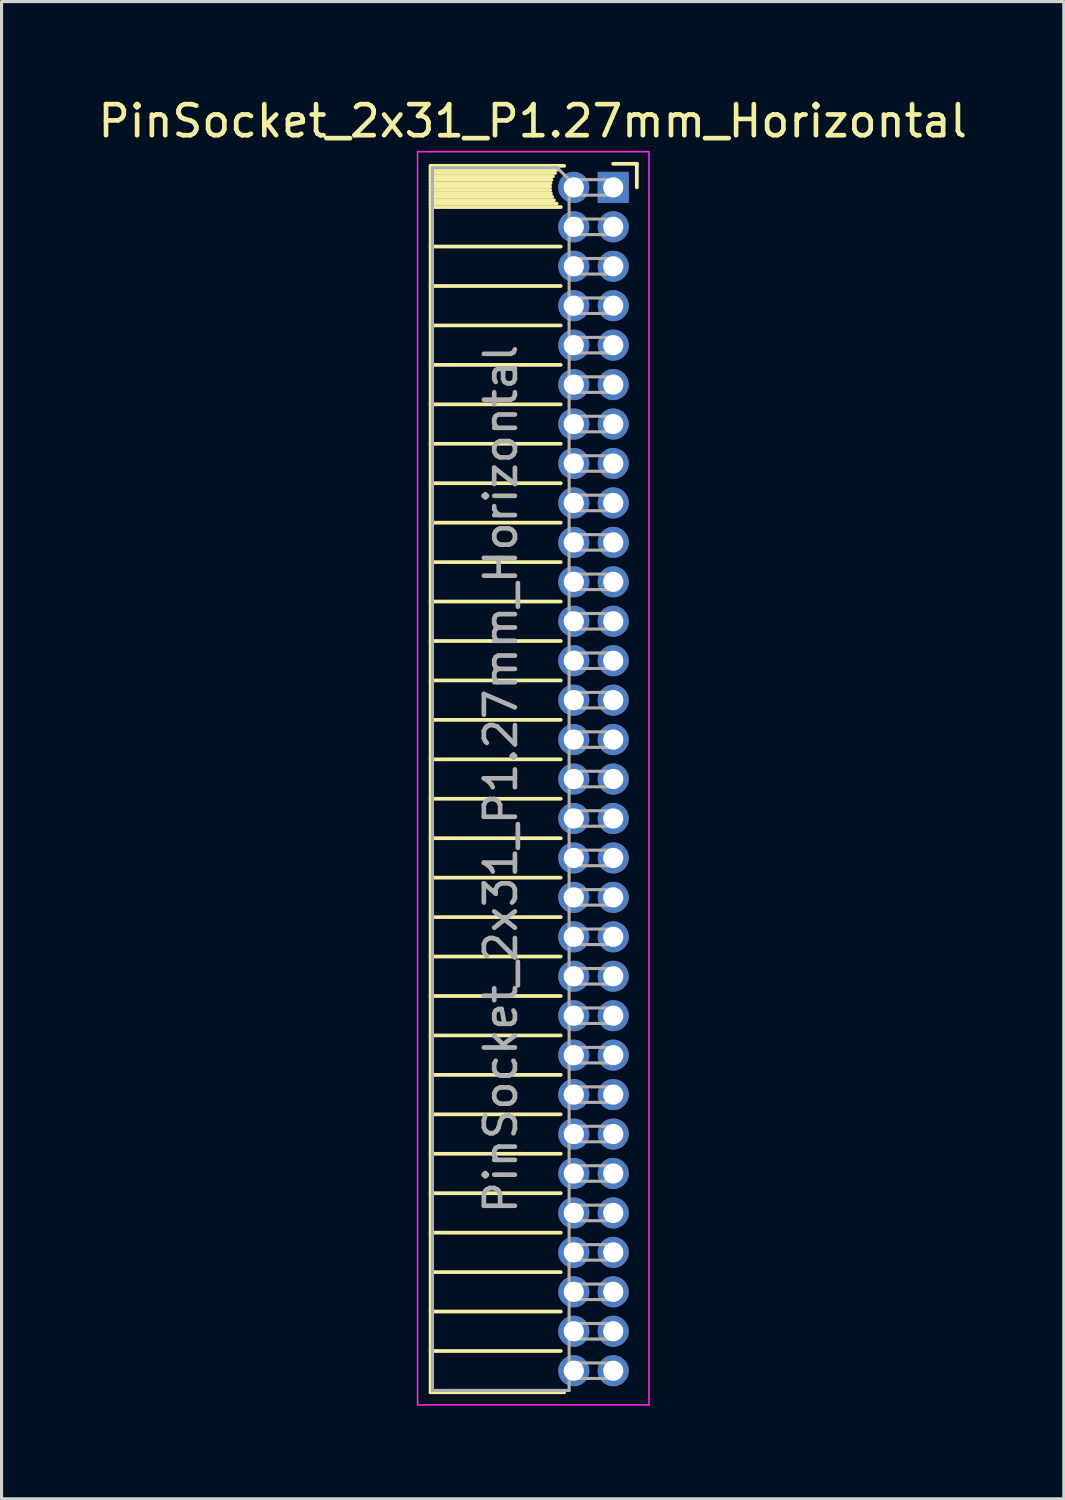
<source format=kicad_pcb>
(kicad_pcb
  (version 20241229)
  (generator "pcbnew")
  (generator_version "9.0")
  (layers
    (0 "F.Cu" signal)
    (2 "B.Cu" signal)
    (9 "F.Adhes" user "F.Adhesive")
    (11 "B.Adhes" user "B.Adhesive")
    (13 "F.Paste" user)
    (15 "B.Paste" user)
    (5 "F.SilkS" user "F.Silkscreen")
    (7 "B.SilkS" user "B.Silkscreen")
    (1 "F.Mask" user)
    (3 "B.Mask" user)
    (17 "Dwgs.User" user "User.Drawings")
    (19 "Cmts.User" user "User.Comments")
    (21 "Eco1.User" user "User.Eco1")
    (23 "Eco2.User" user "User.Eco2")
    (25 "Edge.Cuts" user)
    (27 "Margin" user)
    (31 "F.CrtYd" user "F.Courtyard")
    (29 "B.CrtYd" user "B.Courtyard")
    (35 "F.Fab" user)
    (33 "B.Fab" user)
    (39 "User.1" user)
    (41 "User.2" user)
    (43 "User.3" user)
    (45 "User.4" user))
  (footprint "PinSocket_2x31_P1.27mm_Horizontal"
    (layer "F.Cu")
    (at 16.694 2.983)
    (property "Reference" "PinSocket_2x31_P1.27mm_Horizontal" (at -2.592 -2.135 0) (layer "F.SilkS") (effects (font (size 1 1) (thickness 0.15))))
    (attr through_hole)
    (fp_line (start -5.88 -0.695) (end -5.88 38.795) (stroke (width 0.12) (type solid)) (layer "F.SilkS"))
    (fp_line (start -5.88 -0.695) (end -1.578 -0.695) (stroke (width 0.12) (type solid)) (layer "F.SilkS"))
    (fp_line (start -5.88 -0.575) (end -1.767 -0.575) (stroke (width 0.12) (type solid)) (layer "F.SilkS"))
    (fp_line (start -5.88 -0.465) (end -1.871 -0.465) (stroke (width 0.12) (type solid)) (layer "F.SilkS"))
    (fp_line (start -5.88 -0.355) (end -1.942 -0.355) (stroke (width 0.12) (type solid)) (layer "F.SilkS"))
    (fp_line (start -5.88 -0.245) (end -1.989 -0.245) (stroke (width 0.12) (type solid)) (layer "F.SilkS"))
    (fp_line (start -5.88 -0.135) (end -2.018 -0.135) (stroke (width 0.12) (type solid)) (layer "F.SilkS"))
    (fp_line (start -5.88 -0.025) (end -2.03 -0.025) (stroke (width 0.12) (type solid)) (layer "F.SilkS"))
    (fp_line (start -5.88 0.085) (end -2.025 0.085) (stroke (width 0.12) (type solid)) (layer "F.SilkS"))
    (fp_line (start -5.88 0.195) (end -2.005 0.195) (stroke (width 0.12) (type solid)) (layer "F.SilkS"))
    (fp_line (start -5.88 0.305) (end -1.966 0.305) (stroke (width 0.12) (type solid)) (layer "F.SilkS"))
    (fp_line (start -5.88 0.415) (end -1.907 0.415) (stroke (width 0.12) (type solid)) (layer "F.SilkS"))
    (fp_line (start -5.88 0.525) (end -1.82 0.525) (stroke (width 0.12) (type solid)) (layer "F.SilkS"))
    (fp_line (start -5.88 0.635) (end -1.688 0.635) (stroke (width 0.12) (type solid)) (layer "F.SilkS"))
    (fp_line (start -5.88 1.905) (end -1.688 1.905) (stroke (width 0.12) (type solid)) (layer "F.SilkS"))
    (fp_line (start -5.88 3.175) (end -1.688 3.175) (stroke (width 0.12) (type solid)) (layer "F.SilkS"))
    (fp_line (start -5.88 4.445) (end -1.688 4.445) (stroke (width 0.12) (type solid)) (layer "F.SilkS"))
    (fp_line (start -5.88 5.715) (end -1.688 5.715) (stroke (width 0.12) (type solid)) (layer "F.SilkS"))
    (fp_line (start -5.88 6.985) (end -1.688 6.985) (stroke (width 0.12) (type solid)) (layer "F.SilkS"))
    (fp_line (start -5.88 8.255) (end -1.688 8.255) (stroke (width 0.12) (type solid)) (layer "F.SilkS"))
    (fp_line (start -5.88 9.525) (end -1.688 9.525) (stroke (width 0.12) (type solid)) (layer "F.SilkS"))
    (fp_line (start -5.88 10.795) (end -1.688 10.795) (stroke (width 0.12) (type solid)) (layer "F.SilkS"))
    (fp_line (start -5.88 12.065) (end -1.688 12.065) (stroke (width 0.12) (type solid)) (layer "F.SilkS"))
    (fp_line (start -5.88 13.335) (end -1.688 13.335) (stroke (width 0.12) (type solid)) (layer "F.SilkS"))
    (fp_line (start -5.88 14.605) (end -1.688 14.605) (stroke (width 0.12) (type solid)) (layer "F.SilkS"))
    (fp_line (start -5.88 15.875) (end -1.688 15.875) (stroke (width 0.12) (type solid)) (layer "F.SilkS"))
    (fp_line (start -5.88 17.145) (end -1.688 17.145) (stroke (width 0.12) (type solid)) (layer "F.SilkS"))
    (fp_line (start -5.88 18.415) (end -1.688 18.415) (stroke (width 0.12) (type solid)) (layer "F.SilkS"))
    (fp_line (start -5.88 19.685) (end -1.688 19.685) (stroke (width 0.12) (type solid)) (layer "F.SilkS"))
    (fp_line (start -5.88 20.955) (end -1.688 20.955) (stroke (width 0.12) (type solid)) (layer "F.SilkS"))
    (fp_line (start -5.88 22.225) (end -1.688 22.225) (stroke (width 0.12) (type solid)) (layer "F.SilkS"))
    (fp_line (start -5.88 23.495) (end -1.688 23.495) (stroke (width 0.12) (type solid)) (layer "F.SilkS"))
    (fp_line (start -5.88 24.765) (end -1.688 24.765) (stroke (width 0.12) (type solid)) (layer "F.SilkS"))
    (fp_line (start -5.88 26.035) (end -1.688 26.035) (stroke (width 0.12) (type solid)) (layer "F.SilkS"))
    (fp_line (start -5.88 27.305) (end -1.688 27.305) (stroke (width 0.12) (type solid)) (layer "F.SilkS"))
    (fp_line (start -5.88 28.575) (end -1.688 28.575) (stroke (width 0.12) (type solid)) (layer "F.SilkS"))
    (fp_line (start -5.88 29.845) (end -1.688 29.845) (stroke (width 0.12) (type solid)) (layer "F.SilkS"))
    (fp_line (start -5.88 31.115) (end -1.688 31.115) (stroke (width 0.12) (type solid)) (layer "F.SilkS"))
    (fp_line (start -5.88 32.385) (end -1.688 32.385) (stroke (width 0.12) (type solid)) (layer "F.SilkS"))
    (fp_line (start -5.88 33.655) (end -1.688 33.655) (stroke (width 0.12) (type solid)) (layer "F.SilkS"))
    (fp_line (start -5.88 34.925) (end -1.688 34.925) (stroke (width 0.12) (type solid)) (layer "F.SilkS"))
    (fp_line (start -5.88 36.195) (end -1.688 36.195) (stroke (width 0.12) (type solid)) (layer "F.SilkS"))
    (fp_line (start -5.88 37.465) (end -1.688 37.465) (stroke (width 0.12) (type solid)) (layer "F.SilkS"))
    (fp_line (start -5.88 38.795) (end -1.578 38.795) (stroke (width 0.12) (type solid)) (layer "F.SilkS"))
    (fp_line (start 0 -0.76) (end 0.76 -0.76) (stroke (width 0.12) (type solid)) (layer "F.SilkS"))
    (fp_line (start 0.76 -0.76) (end 0.76 0) (stroke (width 0.12) (type solid)) (layer "F.SilkS"))
    (fp_line (start -6.3 -1.15) (end -6.3 39.2) (stroke (width 0.05) (type solid)) (layer "F.CrtYd"))
    (fp_line (start -6.3 39.2) (end 1.15 39.2) (stroke (width 0.05) (type solid)) (layer "F.CrtYd"))
    (fp_line (start 1.15 -1.15) (end -6.3 -1.15) (stroke (width 0.05) (type solid)) (layer "F.CrtYd"))
    (fp_line (start 1.15 39.2) (end 1.15 -1.15) (stroke (width 0.05) (type solid)) (layer "F.CrtYd"))
    (fp_line (start -5.82 -0.635) (end -1.805 -0.635) (stroke (width 0.1) (type solid)) (layer "F.Fab"))
    (fp_line (start -5.82 38.735) (end -5.82 -0.635) (stroke (width 0.1) (type solid)) (layer "F.Fab"))
    (fp_line (start -1.805 -0.635) (end -1.42 -0.25) (stroke (width 0.1) (type solid)) (layer "F.Fab"))
    (fp_line (start -1.42 -0.25) (end -1.42 38.735) (stroke (width 0.1) (type solid)) (layer "F.Fab"))
    (fp_line (start -1.42 0.25) (end 0 0.25) (stroke (width 0.1) (type solid)) (layer "F.Fab"))
    (fp_line (start -1.42 1.52) (end 0 1.52) (stroke (width 0.1) (type solid)) (layer "F.Fab"))
    (fp_line (start -1.42 2.79) (end 0 2.79) (stroke (width 0.1) (type solid)) (layer "F.Fab"))
    (fp_line (start -1.42 4.06) (end 0 4.06) (stroke (width 0.1) (type solid)) (layer "F.Fab"))
    (fp_line (start -1.42 5.33) (end 0 5.33) (stroke (width 0.1) (type solid)) (layer "F.Fab"))
    (fp_line (start -1.42 6.6) (end 0 6.6) (stroke (width 0.1) (type solid)) (layer "F.Fab"))
    (fp_line (start -1.42 7.87) (end 0 7.87) (stroke (width 0.1) (type solid)) (layer "F.Fab"))
    (fp_line (start -1.42 9.14) (end 0 9.14) (stroke (width 0.1) (type solid)) (layer "F.Fab"))
    (fp_line (start -1.42 10.41) (end 0 10.41) (stroke (width 0.1) (type solid)) (layer "F.Fab"))
    (fp_line (start -1.42 11.68) (end 0 11.68) (stroke (width 0.1) (type solid)) (layer "F.Fab"))
    (fp_line (start -1.42 12.95) (end 0 12.95) (stroke (width 0.1) (type solid)) (layer "F.Fab"))
    (fp_line (start -1.42 14.22) (end 0 14.22) (stroke (width 0.1) (type solid)) (layer "F.Fab"))
    (fp_line (start -1.42 15.49) (end 0 15.49) (stroke (width 0.1) (type solid)) (layer "F.Fab"))
    (fp_line (start -1.42 16.76) (end 0 16.76) (stroke (width 0.1) (type solid)) (layer "F.Fab"))
    (fp_line (start -1.42 18.03) (end 0 18.03) (stroke (width 0.1) (type solid)) (layer "F.Fab"))
    (fp_line (start -1.42 19.3) (end 0 19.3) (stroke (width 0.1) (type solid)) (layer "F.Fab"))
    (fp_line (start -1.42 20.57) (end 0 20.57) (stroke (width 0.1) (type solid)) (layer "F.Fab"))
    (fp_line (start -1.42 21.84) (end 0 21.84) (stroke (width 0.1) (type solid)) (layer "F.Fab"))
    (fp_line (start -1.42 23.11) (end 0 23.11) (stroke (width 0.1) (type solid)) (layer "F.Fab"))
    (fp_line (start -1.42 24.38) (end 0 24.38) (stroke (width 0.1) (type solid)) (layer "F.Fab"))
    (fp_line (start -1.42 25.65) (end 0 25.65) (stroke (width 0.1) (type solid)) (layer "F.Fab"))
    (fp_line (start -1.42 26.92) (end 0 26.92) (stroke (width 0.1) (type solid)) (layer "F.Fab"))
    (fp_line (start -1.42 28.19) (end 0 28.19) (stroke (width 0.1) (type solid)) (layer "F.Fab"))
    (fp_line (start -1.42 29.46) (end 0 29.46) (stroke (width 0.1) (type solid)) (layer "F.Fab"))
    (fp_line (start -1.42 30.73) (end 0 30.73) (stroke (width 0.1) (type solid)) (layer "F.Fab"))
    (fp_line (start -1.42 32) (end 0 32) (stroke (width 0.1) (type solid)) (layer "F.Fab"))
    (fp_line (start -1.42 33.27) (end 0 33.27) (stroke (width 0.1) (type solid)) (layer "F.Fab"))
    (fp_line (start -1.42 34.54) (end 0 34.54) (stroke (width 0.1) (type solid)) (layer "F.Fab"))
    (fp_line (start -1.42 35.81) (end 0 35.81) (stroke (width 0.1) (type solid)) (layer "F.Fab"))
    (fp_line (start -1.42 37.08) (end 0 37.08) (stroke (width 0.1) (type solid)) (layer "F.Fab"))
    (fp_line (start -1.42 38.35) (end 0 38.35) (stroke (width 0.1) (type solid)) (layer "F.Fab"))
    (fp_line (start -1.42 38.735) (end -5.82 38.735) (stroke (width 0.1) (type solid)) (layer "F.Fab"))
    (fp_line (start 0 -0.25) (end -1.42 -0.25) (stroke (width 0.1) (type solid)) (layer "F.Fab"))
    (fp_line (start 0 0.25) (end 0 -0.25) (stroke (width 0.1) (type solid)) (layer "F.Fab"))
    (fp_line (start 0 1.02) (end -1.42 1.02) (stroke (width 0.1) (type solid)) (layer "F.Fab"))
    (fp_line (start 0 1.52) (end 0 1.02) (stroke (width 0.1) (type solid)) (layer "F.Fab"))
    (fp_line (start 0 2.29) (end -1.42 2.29) (stroke (width 0.1) (type solid)) (layer "F.Fab"))
    (fp_line (start 0 2.79) (end 0 2.29) (stroke (width 0.1) (type solid)) (layer "F.Fab"))
    (fp_line (start 0 3.56) (end -1.42 3.56) (stroke (width 0.1) (type solid)) (layer "F.Fab"))
    (fp_line (start 0 4.06) (end 0 3.56) (stroke (width 0.1) (type solid)) (layer "F.Fab"))
    (fp_line (start 0 4.83) (end -1.42 4.83) (stroke (width 0.1) (type solid)) (layer "F.Fab"))
    (fp_line (start 0 5.33) (end 0 4.83) (stroke (width 0.1) (type solid)) (layer "F.Fab"))
    (fp_line (start 0 6.1) (end -1.42 6.1) (stroke (width 0.1) (type solid)) (layer "F.Fab"))
    (fp_line (start 0 6.6) (end 0 6.1) (stroke (width 0.1) (type solid)) (layer "F.Fab"))
    (fp_line (start 0 7.37) (end -1.42 7.37) (stroke (width 0.1) (type solid)) (layer "F.Fab"))
    (fp_line (start 0 7.87) (end 0 7.37) (stroke (width 0.1) (type solid)) (layer "F.Fab"))
    (fp_line (start 0 8.64) (end -1.42 8.64) (stroke (width 0.1) (type solid)) (layer "F.Fab"))
    (fp_line (start 0 9.14) (end 0 8.64) (stroke (width 0.1) (type solid)) (layer "F.Fab"))
    (fp_line (start 0 9.91) (end -1.42 9.91) (stroke (width 0.1) (type solid)) (layer "F.Fab"))
    (fp_line (start 0 10.41) (end 0 9.91) (stroke (width 0.1) (type solid)) (layer "F.Fab"))
    (fp_line (start 0 11.18) (end -1.42 11.18) (stroke (width 0.1) (type solid)) (layer "F.Fab"))
    (fp_line (start 0 11.68) (end 0 11.18) (stroke (width 0.1) (type solid)) (layer "F.Fab"))
    (fp_line (start 0 12.45) (end -1.42 12.45) (stroke (width 0.1) (type solid)) (layer "F.Fab"))
    (fp_line (start 0 12.95) (end 0 12.45) (stroke (width 0.1) (type solid)) (layer "F.Fab"))
    (fp_line (start 0 13.72) (end -1.42 13.72) (stroke (width 0.1) (type solid)) (layer "F.Fab"))
    (fp_line (start 0 14.22) (end 0 13.72) (stroke (width 0.1) (type solid)) (layer "F.Fab"))
    (fp_line (start 0 14.99) (end -1.42 14.99) (stroke (width 0.1) (type solid)) (layer "F.Fab"))
    (fp_line (start 0 15.49) (end 0 14.99) (stroke (width 0.1) (type solid)) (layer "F.Fab"))
    (fp_line (start 0 16.26) (end -1.42 16.26) (stroke (width 0.1) (type solid)) (layer "F.Fab"))
    (fp_line (start 0 16.76) (end 0 16.26) (stroke (width 0.1) (type solid)) (layer "F.Fab"))
    (fp_line (start 0 17.53) (end -1.42 17.53) (stroke (width 0.1) (type solid)) (layer "F.Fab"))
    (fp_line (start 0 18.03) (end 0 17.53) (stroke (width 0.1) (type solid)) (layer "F.Fab"))
    (fp_line (start 0 18.8) (end -1.42 18.8) (stroke (width 0.1) (type solid)) (layer "F.Fab"))
    (fp_line (start 0 19.3) (end 0 18.8) (stroke (width 0.1) (type solid)) (layer "F.Fab"))
    (fp_line (start 0 20.07) (end -1.42 20.07) (stroke (width 0.1) (type solid)) (layer "F.Fab"))
    (fp_line (start 0 20.57) (end 0 20.07) (stroke (width 0.1) (type solid)) (layer "F.Fab"))
    (fp_line (start 0 21.34) (end -1.42 21.34) (stroke (width 0.1) (type solid)) (layer "F.Fab"))
    (fp_line (start 0 21.84) (end 0 21.34) (stroke (width 0.1) (type solid)) (layer "F.Fab"))
    (fp_line (start 0 22.61) (end -1.42 22.61) (stroke (width 0.1) (type solid)) (layer "F.Fab"))
    (fp_line (start 0 23.11) (end 0 22.61) (stroke (width 0.1) (type solid)) (layer "F.Fab"))
    (fp_line (start 0 23.88) (end -1.42 23.88) (stroke (width 0.1) (type solid)) (layer "F.Fab"))
    (fp_line (start 0 24.38) (end 0 23.88) (stroke (width 0.1) (type solid)) (layer "F.Fab"))
    (fp_line (start 0 25.15) (end -1.42 25.15) (stroke (width 0.1) (type solid)) (layer "F.Fab"))
    (fp_line (start 0 25.65) (end 0 25.15) (stroke (width 0.1) (type solid)) (layer "F.Fab"))
    (fp_line (start 0 26.42) (end -1.42 26.42) (stroke (width 0.1) (type solid)) (layer "F.Fab"))
    (fp_line (start 0 26.92) (end 0 26.42) (stroke (width 0.1) (type solid)) (layer "F.Fab"))
    (fp_line (start 0 27.69) (end -1.42 27.69) (stroke (width 0.1) (type solid)) (layer "F.Fab"))
    (fp_line (start 0 28.19) (end 0 27.69) (stroke (width 0.1) (type solid)) (layer "F.Fab"))
    (fp_line (start 0 28.96) (end -1.42 28.96) (stroke (width 0.1) (type solid)) (layer "F.Fab"))
    (fp_line (start 0 29.46) (end 0 28.96) (stroke (width 0.1) (type solid)) (layer "F.Fab"))
    (fp_line (start 0 30.23) (end -1.42 30.23) (stroke (width 0.1) (type solid)) (layer "F.Fab"))
    (fp_line (start 0 30.73) (end 0 30.23) (stroke (width 0.1) (type solid)) (layer "F.Fab"))
    (fp_line (start 0 31.5) (end -1.42 31.5) (stroke (width 0.1) (type solid)) (layer "F.Fab"))
    (fp_line (start 0 32) (end 0 31.5) (stroke (width 0.1) (type solid)) (layer "F.Fab"))
    (fp_line (start 0 32.77) (end -1.42 32.77) (stroke (width 0.1) (type solid)) (layer "F.Fab"))
    (fp_line (start 0 33.27) (end 0 32.77) (stroke (width 0.1) (type solid)) (layer "F.Fab"))
    (fp_line (start 0 34.04) (end -1.42 34.04) (stroke (width 0.1) (type solid)) (layer "F.Fab"))
    (fp_line (start 0 34.54) (end 0 34.04) (stroke (width 0.1) (type solid)) (layer "F.Fab"))
    (fp_line (start 0 35.31) (end -1.42 35.31) (stroke (width 0.1) (type solid)) (layer "F.Fab"))
    (fp_line (start 0 35.81) (end 0 35.31) (stroke (width 0.1) (type solid)) (layer "F.Fab"))
    (fp_line (start 0 36.58) (end -1.42 36.58) (stroke (width 0.1) (type solid)) (layer "F.Fab"))
    (fp_line (start 0 37.08) (end 0 36.58) (stroke (width 0.1) (type solid)) (layer "F.Fab"))
    (fp_line (start 0 37.85) (end -1.42 37.85) (stroke (width 0.1) (type solid)) (layer "F.Fab"))
    (fp_line (start 0 38.35) (end 0 37.85) (stroke (width 0.1) (type solid)) (layer "F.Fab"))
    (fp_text user "${REFERENCE}" (at -3.62 19.05 90) (layer "F.Fab") (effects (font (size 1 1) (thickness 0.15))))
    (pad "1" thru_hole rect (at 0 0) (size 1 1) (drill 0.65) (layers "*.Cu" "*.Mask"))
    (pad "2" thru_hole circle (at -1.27 0) (size 1 1) (drill 0.65) (layers "*.Cu" "*.Mask"))
    (pad "3" thru_hole circle (at 0 1.27) (size 1 1) (drill 0.65) (layers "*.Cu" "*.Mask"))
    (pad "4" thru_hole circle (at -1.27 1.27) (size 1 1) (drill 0.65) (layers "*.Cu" "*.Mask"))
    (pad "5" thru_hole circle (at 0 2.54) (size 1 1) (drill 0.65) (layers "*.Cu" "*.Mask"))
    (pad "6" thru_hole circle (at -1.27 2.54) (size 1 1) (drill 0.65) (layers "*.Cu" "*.Mask"))
    (pad "7" thru_hole circle (at 0 3.81) (size 1 1) (drill 0.65) (layers "*.Cu" "*.Mask"))
    (pad "8" thru_hole circle (at -1.27 3.81) (size 1 1) (drill 0.65) (layers "*.Cu" "*.Mask"))
    (pad "9" thru_hole circle (at 0 5.08) (size 1 1) (drill 0.65) (layers "*.Cu" "*.Mask"))
    (pad "10" thru_hole circle (at -1.27 5.08) (size 1 1) (drill 0.65) (layers "*.Cu" "*.Mask"))
    (pad "11" thru_hole circle (at 0 6.35) (size 1 1) (drill 0.65) (layers "*.Cu" "*.Mask"))
    (pad "12" thru_hole circle (at -1.27 6.35) (size 1 1) (drill 0.65) (layers "*.Cu" "*.Mask"))
    (pad "13" thru_hole circle (at 0 7.62) (size 1 1) (drill 0.65) (layers "*.Cu" "*.Mask"))
    (pad "14" thru_hole circle (at -1.27 7.62) (size 1 1) (drill 0.65) (layers "*.Cu" "*.Mask"))
    (pad "15" thru_hole circle (at 0 8.89) (size 1 1) (drill 0.65) (layers "*.Cu" "*.Mask"))
    (pad "16" thru_hole circle (at -1.27 8.89) (size 1 1) (drill 0.65) (layers "*.Cu" "*.Mask"))
    (pad "17" thru_hole circle (at 0 10.16) (size 1 1) (drill 0.65) (layers "*.Cu" "*.Mask"))
    (pad "18" thru_hole circle (at -1.27 10.16) (size 1 1) (drill 0.65) (layers "*.Cu" "*.Mask"))
    (pad "19" thru_hole circle (at 0 11.43) (size 1 1) (drill 0.65) (layers "*.Cu" "*.Mask"))
    (pad "20" thru_hole circle (at -1.27 11.43) (size 1 1) (drill 0.65) (layers "*.Cu" "*.Mask"))
    (pad "21" thru_hole circle (at 0 12.7) (size 1 1) (drill 0.65) (layers "*.Cu" "*.Mask"))
    (pad "22" thru_hole circle (at -1.27 12.7) (size 1 1) (drill 0.65) (layers "*.Cu" "*.Mask"))
    (pad "23" thru_hole circle (at 0 13.97) (size 1 1) (drill 0.65) (layers "*.Cu" "*.Mask"))
    (pad "24" thru_hole circle (at -1.27 13.97) (size 1 1) (drill 0.65) (layers "*.Cu" "*.Mask"))
    (pad "25" thru_hole circle (at 0 15.24) (size 1 1) (drill 0.65) (layers "*.Cu" "*.Mask"))
    (pad "26" thru_hole circle (at -1.27 15.24) (size 1 1) (drill 0.65) (layers "*.Cu" "*.Mask"))
    (pad "27" thru_hole circle (at 0 16.51) (size 1 1) (drill 0.65) (layers "*.Cu" "*.Mask"))
    (pad "28" thru_hole circle (at -1.27 16.51) (size 1 1) (drill 0.65) (layers "*.Cu" "*.Mask"))
    (pad "29" thru_hole circle (at 0 17.78) (size 1 1) (drill 0.65) (layers "*.Cu" "*.Mask"))
    (pad "30" thru_hole circle (at -1.27 17.78) (size 1 1) (drill 0.65) (layers "*.Cu" "*.Mask"))
    (pad "31" thru_hole circle (at 0 19.05) (size 1 1) (drill 0.65) (layers "*.Cu" "*.Mask"))
    (pad "32" thru_hole circle (at -1.27 19.05) (size 1 1) (drill 0.65) (layers "*.Cu" "*.Mask"))
    (pad "33" thru_hole circle (at 0 20.32) (size 1 1) (drill 0.65) (layers "*.Cu" "*.Mask"))
    (pad "34" thru_hole circle (at -1.27 20.32) (size 1 1) (drill 0.65) (layers "*.Cu" "*.Mask"))
    (pad "35" thru_hole circle (at 0 21.59) (size 1 1) (drill 0.65) (layers "*.Cu" "*.Mask"))
    (pad "36" thru_hole circle (at -1.27 21.59) (size 1 1) (drill 0.65) (layers "*.Cu" "*.Mask"))
    (pad "37" thru_hole circle (at 0 22.86) (size 1 1) (drill 0.65) (layers "*.Cu" "*.Mask"))
    (pad "38" thru_hole circle (at -1.27 22.86) (size 1 1) (drill 0.65) (layers "*.Cu" "*.Mask"))
    (pad "39" thru_hole circle (at 0 24.13) (size 1 1) (drill 0.65) (layers "*.Cu" "*.Mask"))
    (pad "40" thru_hole circle (at -1.27 24.13) (size 1 1) (drill 0.65) (layers "*.Cu" "*.Mask"))
    (pad "41" thru_hole circle (at 0 25.4) (size 1 1) (drill 0.65) (layers "*.Cu" "*.Mask"))
    (pad "42" thru_hole circle (at -1.27 25.4) (size 1 1) (drill 0.65) (layers "*.Cu" "*.Mask"))
    (pad "43" thru_hole circle (at 0 26.67) (size 1 1) (drill 0.65) (layers "*.Cu" "*.Mask"))
    (pad "44" thru_hole circle (at -1.27 26.67) (size 1 1) (drill 0.65) (layers "*.Cu" "*.Mask"))
    (pad "45" thru_hole circle (at 0 27.94) (size 1 1) (drill 0.65) (layers "*.Cu" "*.Mask"))
    (pad "46" thru_hole circle (at -1.27 27.94) (size 1 1) (drill 0.65) (layers "*.Cu" "*.Mask"))
    (pad "47" thru_hole circle (at 0 29.21) (size 1 1) (drill 0.65) (layers "*.Cu" "*.Mask"))
    (pad "48" thru_hole circle (at -1.27 29.21) (size 1 1) (drill 0.65) (layers "*.Cu" "*.Mask"))
    (pad "49" thru_hole circle (at 0 30.48) (size 1 1) (drill 0.65) (layers "*.Cu" "*.Mask"))
    (pad "50" thru_hole circle (at -1.27 30.48) (size 1 1) (drill 0.65) (layers "*.Cu" "*.Mask"))
    (pad "51" thru_hole circle (at 0 31.75) (size 1 1) (drill 0.65) (layers "*.Cu" "*.Mask"))
    (pad "52" thru_hole circle (at -1.27 31.75) (size 1 1) (drill 0.65) (layers "*.Cu" "*.Mask"))
    (pad "53" thru_hole circle (at 0 33.02) (size 1 1) (drill 0.65) (layers "*.Cu" "*.Mask"))
    (pad "54" thru_hole circle (at -1.27 33.02) (size 1 1) (drill 0.65) (layers "*.Cu" "*.Mask"))
    (pad "55" thru_hole circle (at 0 34.29) (size 1 1) (drill 0.65) (layers "*.Cu" "*.Mask"))
    (pad "56" thru_hole circle (at -1.27 34.29) (size 1 1) (drill 0.65) (layers "*.Cu" "*.Mask"))
    (pad "57" thru_hole circle (at 0 35.56) (size 1 1) (drill 0.65) (layers "*.Cu" "*.Mask"))
    (pad "58" thru_hole circle (at -1.27 35.56) (size 1 1) (drill 0.65) (layers "*.Cu" "*.Mask"))
    (pad "59" thru_hole circle (at 0 36.83) (size 1 1) (drill 0.65) (layers "*.Cu" "*.Mask"))
    (pad "60" thru_hole circle (at -1.27 36.83) (size 1 1) (drill 0.65) (layers "*.Cu" "*.Mask"))
    (pad "61" thru_hole circle (at 0 38.1) (size 1 1) (drill 0.65) (layers "*.Cu" "*.Mask"))
    (pad "62" thru_hole circle (at -1.27 38.1) (size 1 1) (drill 0.65) (layers "*.Cu" "*.Mask")))
  (gr_rect
    (start -3 -3)
    (end 31.202 45.208)
    (stroke (width 0.1) (type default))
    (fill no)
    (layer "Edge.Cuts")))
</source>
